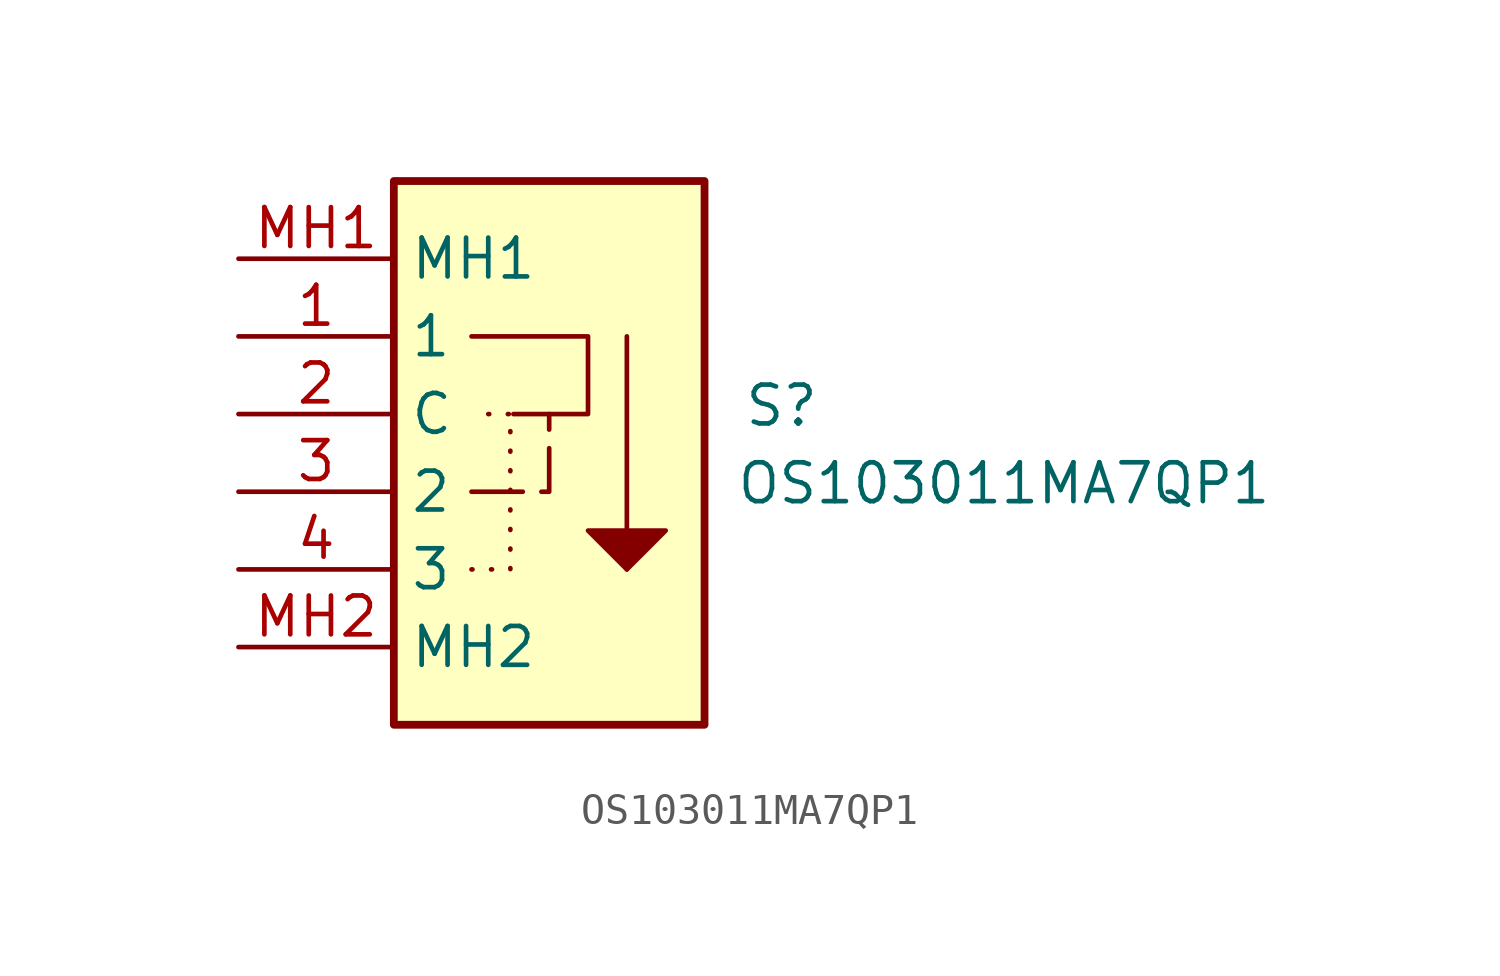
<source format=kicad_sym>
(kicad_symbol_lib
  (version 20231120)
  (generator "kicad_symbol_editor")
  (generator_version "8.0")
  (symbol "OS103011MA7QP1"
    (property "Reference" "S"
      (at 16.51 -4.064 0)
      (effects (font (size 1.27 1.27)) (justify left top)))
    (property "Value" "OS103011MA7QP1"
      (at 16.256 -6.604 0)
      (effects (font (size 1.27 1.27)) (justify left top)))
    (symbol "OS103011MA7QP1_1_1"
      (polyline (pts (xy 12.7 -2.54) (xy 12.7 -10.16)) (stroke (width 0) (type default)) (fill (type none)))
      (polyline (pts (xy 7.62 -10.16) (xy 8.89 -10.16) (xy 8.89 -5.08) (xy 7.62 -5.08)) (stroke (width 0) (type dot)) (fill (type none)))
      (polyline (pts (xy 7.62 -7.62) (xy 10.16 -7.62) (xy 10.16 -5.08) (xy 8.89 -5.08)) (stroke (width 0) (type dash)) (fill (type none)))
      (polyline (pts (xy 7.62 -2.54) (xy 11.43 -2.54) (xy 11.43 -5.08) (xy 10.16 -5.08)) (stroke (width 0) (type default)) (fill (type none)))
      (polyline (pts (xy 12.7 -10.16) (xy 11.43 -8.89) (xy 13.97 -8.89) (xy 12.7 -10.16)) (stroke (width 0) (type default)) (fill (type outline)))
      (rectangle (start 5.08 2.54) (end 15.24 -15.24) (stroke (width 0.254) (type default)) (fill (type background)))
      (pin passive line (at 0 -2.54 0) (length 5.08) (name "1" (effects (font (size 1.27 1.27)))) (number "1" (effects (font (size 1.27 1.27)))))
      (pin passive line (at 0 -5.08 0) (length 5.08) (name "C" (effects (font (size 1.27 1.27)))) (number "2" (effects (font (size 1.27 1.27)))))
      (pin passive line (at 0 -7.62 0) (length 5.08) (name "2" (effects (font (size 1.27 1.27)))) (number "3" (effects (font (size 1.27 1.27)))))
      (pin passive line (at 0 -10.16 0) (length 5.08) (name "3" (effects (font (size 1.27 1.27)))) (number "4" (effects (font (size 1.27 1.27)))))
      (pin passive line (at 0 0 0) (length 5.08) (name "MH1" (effects (font (size 1.27 1.27)))) (number "MH1" (effects (font (size 1.27 1.27)))))
      (pin passive line (at 0 -12.7 0) (length 5.08) (name "MH2" (effects (font (size 1.27 1.27)))) (number "MH2" (effects (font (size 1.27 1.27))))))))
</source>
